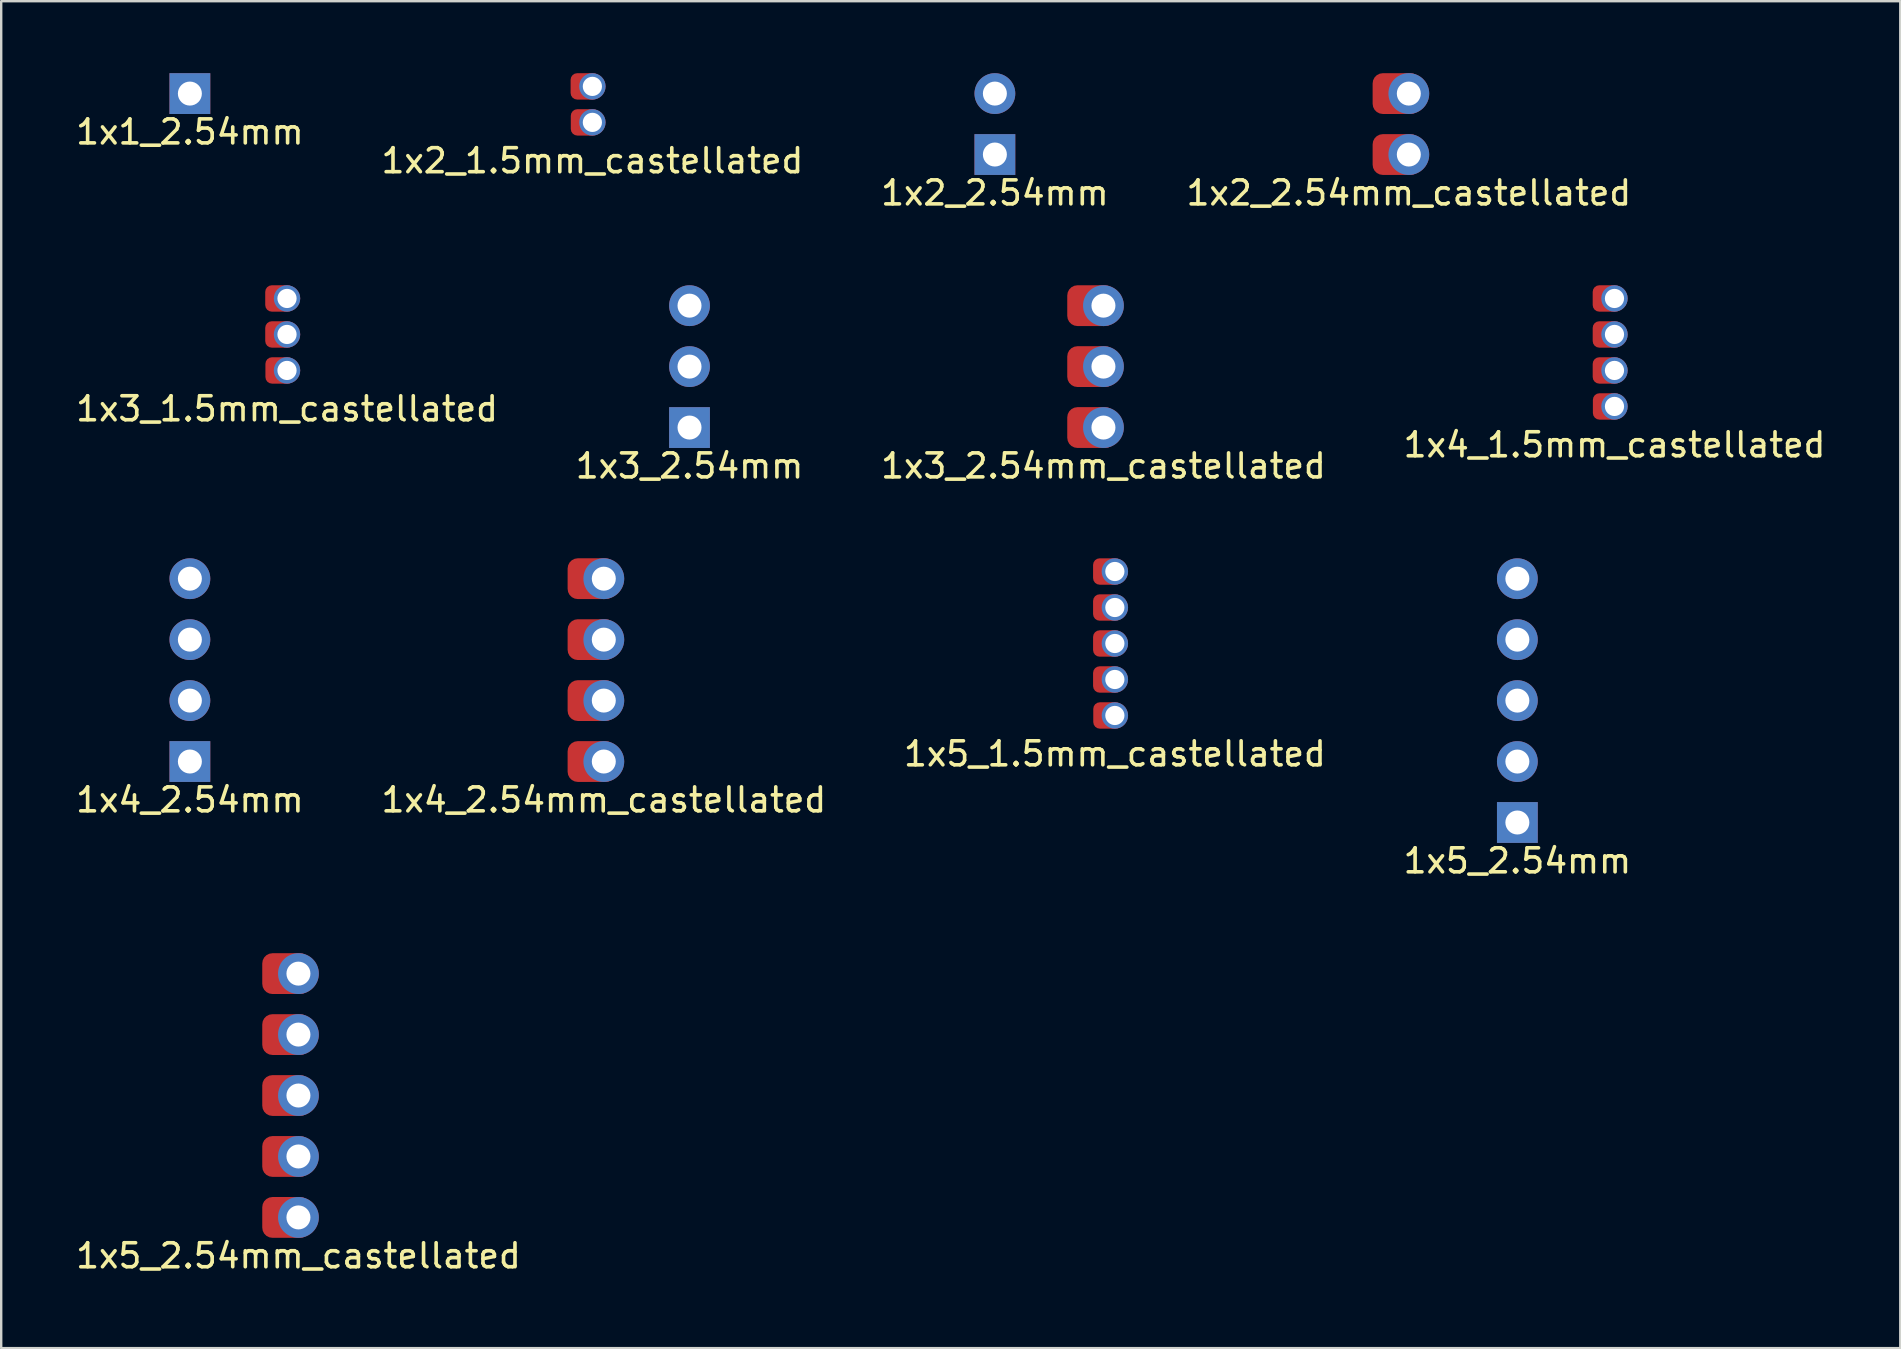
<source format=kicad_pcb>
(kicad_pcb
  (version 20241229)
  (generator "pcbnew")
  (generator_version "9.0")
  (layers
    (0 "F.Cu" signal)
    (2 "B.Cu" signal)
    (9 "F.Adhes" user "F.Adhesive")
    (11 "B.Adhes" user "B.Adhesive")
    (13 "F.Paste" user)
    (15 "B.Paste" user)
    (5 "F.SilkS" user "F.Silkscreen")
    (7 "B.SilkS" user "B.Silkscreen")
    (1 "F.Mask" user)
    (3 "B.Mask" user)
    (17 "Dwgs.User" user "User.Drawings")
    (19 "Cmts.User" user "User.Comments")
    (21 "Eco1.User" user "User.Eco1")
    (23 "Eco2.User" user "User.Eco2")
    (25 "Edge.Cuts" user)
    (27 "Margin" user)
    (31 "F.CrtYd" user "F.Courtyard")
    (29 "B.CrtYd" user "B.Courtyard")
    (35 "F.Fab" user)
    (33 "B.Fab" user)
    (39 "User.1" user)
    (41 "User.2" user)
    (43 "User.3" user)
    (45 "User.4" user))
  (footprint "1x4_2.54mm_castellated"
    (layer "F.Cu")
    (at 22.113 28.686)
    (property "Reference" "1x4_2.54mm_castellated" (at 0 1.6 0) (layer "F.SilkS") (effects (font (size 1 1) (thickness 0.15))))
    (attr through_hole)
    (pad "1" smd roundrect (at -0.508 0) (size 2 1.7) (layers "F.Cu" "F.Mask" "F.Paste") (roundrect_rratio 0.25))
    (pad "1" thru_hole circle (at 0 0) (size 1.7 1.7) (drill 1) (layers "*.Cu" "*.Mask"))
    (pad "2" smd roundrect (at -0.508 -2.54) (size 2 1.7) (layers "F.Cu" "F.Mask" "F.Paste") (roundrect_rratio 0.25))
    (pad "2" thru_hole circle (at 0 -2.54) (size 1.7 1.7) (drill 1) (layers "*.Cu" "*.Mask"))
    (pad "3" smd roundrect (at -0.508 -5.08) (size 2 1.7) (layers "F.Cu" "F.Mask" "F.Paste") (roundrect_rratio 0.25))
    (pad "3" thru_hole circle (at 0 -5.08) (size 1.7 1.7) (drill 1) (layers "*.Cu" "*.Mask"))
    (pad "4" smd roundrect (at -0.508 -7.62) (size 2 1.7) (layers "F.Cu" "F.Mask" "F.Paste") (roundrect_rratio 0.25))
    (pad "4" thru_hole circle (at 0 -7.62) (size 1.7 1.7) (drill 1) (layers "*.Cu" "*.Mask")))
  (footprint "1x2_2.54mm_castellated"
    (layer "F.Cu")
    (at 55.661 3.39)
    (property "Reference" "1x2_2.54mm_castellated" (at 0 1.6 0) (layer "F.SilkS") (effects (font (size 1 1) (thickness 0.15))))
    (attr through_hole)
    (pad "1" smd roundrect (at -0.508 0) (size 2 1.7) (layers "F.Cu" "F.Mask" "F.Paste") (roundrect_rratio 0.25))
    (pad "1" thru_hole circle (at 0 0) (size 1.7 1.7) (drill 1) (layers "*.Cu" "*.Mask"))
    (pad "2" smd roundrect (at -0.508 -2.54) (size 2 1.7) (layers "F.Cu" "F.Mask" "F.Paste") (roundrect_rratio 0.25))
    (pad "2" thru_hole circle (at 0 -2.54) (size 1.7 1.7) (drill 1) (layers "*.Cu" "*.Mask")))
  (footprint "1x4_1.5mm_castellated"
    (layer "F.Cu")
    (at 64.232 13.888)
    (property "Reference" "1x4_1.5mm_castellated" (at 0 1.6 0) (layer "F.SilkS") (effects (font (size 1 1) (thickness 0.15))))
    (attr through_hole)
    (pad "1" smd roundrect (at -0.3 0) (size 1.2 1.1) (layers "F.Cu" "F.Mask") (roundrect_rratio 0.25))
    (pad "1" thru_hole circle (at 0 0) (size 1.1 1.1) (drill 0.8) (layers "*.Cu" "*.Mask"))
    (pad "2" smd roundrect (at -0.308 -1.5) (size 1.2 1.1) (layers "F.Cu" "F.Mask") (roundrect_rratio 0.25))
    (pad "2" thru_hole circle (at 0 -1.5) (size 1.1 1.1) (drill 0.8) (layers "*.Cu" "*.Mask"))
    (pad "3" smd roundrect (at -0.308 -3) (size 1.2 1.1) (layers "F.Cu" "F.Mask") (roundrect_rratio 0.25))
    (pad "3" thru_hole circle (at 0 -3) (size 1.1 1.1) (drill 0.8) (layers "*.Cu" "*.Mask"))
    (pad "4" smd roundrect (at -0.308 -4.5) (size 1.2 1.1) (layers "F.Cu" "F.Mask") (roundrect_rratio 0.25))
    (pad "4" thru_hole circle (at 0 -4.5) (size 1.1 1.1) (drill 0.8) (layers "*.Cu" "*.Mask")))
  (footprint "1x2_1.5mm_castellated"
    (layer "F.Cu")
    (at 21.637 2.05)
    (property "Reference" "1x2_1.5mm_castellated" (at 0 1.6 0) (layer "F.SilkS") (effects (font (size 1 1) (thickness 0.15))))
    (attr through_hole)
    (pad "1" smd roundrect (at -0.3 0) (size 1.2 1.1) (layers "F.Cu" "F.Mask") (roundrect_rratio 0.25))
    (pad "1" thru_hole circle (at 0 0) (size 1.1 1.1) (drill 0.8) (layers "*.Cu" "*.Mask"))
    (pad "2" smd roundrect (at -0.308 -1.5) (size 1.2 1.1) (layers "F.Cu" "F.Mask") (roundrect_rratio 0.25))
    (pad "2" thru_hole circle (at 0 -1.5) (size 1.1 1.1) (drill 0.8) (layers "*.Cu" "*.Mask")))
  (footprint "1x3_2.54mm_castellated"
    (layer "F.Cu")
    (at 42.935 14.768)
    (property "Reference" "1x3_2.54mm_castellated" (at 0 1.6 0) (layer "F.SilkS") (effects (font (size 1 1) (thickness 0.15))))
    (attr through_hole)
    (pad "1" smd roundrect (at -0.508 0) (size 2 1.7) (layers "F.Cu" "F.Mask" "F.Paste") (roundrect_rratio 0.25))
    (pad "1" thru_hole circle (at 0 0) (size 1.7 1.7) (drill 1) (layers "*.Cu" "*.Mask"))
    (pad "2" smd roundrect (at -0.508 -2.54) (size 2 1.7) (layers "F.Cu" "F.Mask" "F.Paste") (roundrect_rratio 0.25))
    (pad "2" thru_hole circle (at 0 -2.54) (size 1.7 1.7) (drill 1) (layers "*.Cu" "*.Mask"))
    (pad "3" smd roundrect (at -0.508 -5.08) (size 2 1.7) (layers "F.Cu" "F.Mask" "F.Paste") (roundrect_rratio 0.25))
    (pad "3" thru_hole circle (at 0 -5.08) (size 1.7 1.7) (drill 1) (layers "*.Cu" "*.Mask")))
  (footprint "1x1_2.54mm"
    (layer "F.Cu")
    (at 4.863 0.85)
    (property "Reference" "1x1_2.54mm" (at 0 1.6 0) (layer "F.SilkS") (effects (font (size 1 1) (thickness 0.15))))
    (attr through_hole)
    (pad "1" thru_hole rect (at 0 0) (size 1.7 1.7) (drill 1) (layers "*.Cu" "*.Mask")))
  (footprint "1x3_1.5mm_castellated"
    (layer "F.Cu")
    (at 8.911 12.388)
    (property "Reference" "1x3_1.5mm_castellated" (at 0 1.6 0) (layer "F.SilkS") (effects (font (size 1 1) (thickness 0.15))))
    (attr through_hole)
    (pad "1" smd roundrect (at -0.3 0) (size 1.2 1.1) (layers "F.Cu" "F.Mask") (roundrect_rratio 0.25))
    (pad "1" thru_hole circle (at 0 0) (size 1.1 1.1) (drill 0.8) (layers "*.Cu" "*.Mask"))
    (pad "2" smd roundrect (at -0.308 -1.5) (size 1.2 1.1) (layers "F.Cu" "F.Mask") (roundrect_rratio 0.25))
    (pad "2" thru_hole circle (at 0 -1.5) (size 1.1 1.1) (drill 0.8) (layers "*.Cu" "*.Mask"))
    (pad "3" smd roundrect (at -0.308 -3) (size 1.2 1.1) (layers "F.Cu" "F.Mask") (roundrect_rratio 0.25))
    (pad "3" thru_hole circle (at 0 -3) (size 1.1 1.1) (drill 0.8) (layers "*.Cu" "*.Mask")))
  (footprint "1x5_2.54mm_castellated"
    (layer "F.Cu")
    (at 9.387 47.685)
    (property "Reference" "1x5_2.54mm_castellated" (at 0 1.6 0) (layer "F.SilkS") (effects (font (size 1 1) (thickness 0.15))))
    (attr through_hole)
    (pad "1" smd roundrect (at -0.508 0) (size 2 1.7) (layers "F.Cu" "F.Mask" "F.Paste") (roundrect_rratio 0.25))
    (pad "1" thru_hole circle (at 0 0) (size 1.7 1.7) (drill 1) (layers "*.Cu" "*.Mask"))
    (pad "2" smd roundrect (at -0.508 -2.54) (size 2 1.7) (layers "F.Cu" "F.Mask" "F.Paste") (roundrect_rratio 0.25))
    (pad "2" thru_hole circle (at 0 -2.54) (size 1.7 1.7) (drill 1) (layers "*.Cu" "*.Mask"))
    (pad "3" smd roundrect (at -0.508 -5.08) (size 2 1.7) (layers "F.Cu" "F.Mask" "F.Paste") (roundrect_rratio 0.25))
    (pad "3" thru_hole circle (at 0 -5.08) (size 1.7 1.7) (drill 1) (layers "*.Cu" "*.Mask"))
    (pad "4" smd roundrect (at -0.508 -7.62) (size 2 1.7) (layers "F.Cu" "F.Mask" "F.Paste") (roundrect_rratio 0.25))
    (pad "4" thru_hole circle (at 0 -7.62) (size 1.7 1.7) (drill 1) (layers "*.Cu" "*.Mask"))
    (pad "5" smd roundrect (at -0.508 -10.16) (size 2 1.7) (layers "F.Cu" "F.Mask" "F.Paste") (roundrect_rratio 0.25))
    (pad "5" thru_hole circle (at 0 -10.16) (size 1.7 1.7) (drill 1) (layers "*.Cu" "*.Mask")))
  (footprint "1x4_2.54mm"
    (layer "F.Cu")
    (at 4.863 28.686)
    (property "Reference" "1x4_2.54mm" (at 0 1.6 0) (layer "F.SilkS") (effects (font (size 1 1) (thickness 0.15))))
    (attr through_hole)
    (pad "1" thru_hole rect (at 0 0) (size 1.7 1.7) (drill 1) (layers "*.Cu" "*.Mask"))
    (pad "2" thru_hole circle (at 0 -2.54) (size 1.7 1.7) (drill 1) (layers "*.Cu" "*.Mask"))
    (pad "3" thru_hole circle (at 0 -5.08) (size 1.7 1.7) (drill 1) (layers "*.Cu" "*.Mask"))
    (pad "4" thru_hole circle (at 0 -7.62) (size 1.7 1.7) (drill 1) (layers "*.Cu" "*.Mask")))
  (footprint "1x5_2.54mm"
    (layer "F.Cu")
    (at 60.185 31.227)
    (property "Reference" "1x5_2.54mm" (at 0 1.6 0) (layer "F.SilkS") (effects (font (size 1 1) (thickness 0.15))))
    (attr through_hole)
    (pad "1" thru_hole rect (at 0 0) (size 1.7 1.7) (drill 1) (layers "*.Cu" "*.Mask"))
    (pad "2" thru_hole circle (at 0 -2.54) (size 1.7 1.7) (drill 1) (layers "*.Cu" "*.Mask"))
    (pad "3" thru_hole circle (at 0 -5.08) (size 1.7 1.7) (drill 1) (layers "*.Cu" "*.Mask"))
    (pad "4" thru_hole circle (at 0 -7.62) (size 1.7 1.7) (drill 1) (layers "*.Cu" "*.Mask"))
    (pad "5" thru_hole circle (at 0 -10.16) (size 1.7 1.7) (drill 1) (layers "*.Cu" "*.Mask")))
  (footprint "1x2_2.54mm"
    (layer "F.Cu")
    (at 38.411 3.39)
    (property "Reference" "1x2_2.54mm" (at 0 1.6 0) (layer "F.SilkS") (effects (font (size 1 1) (thickness 0.15))))
    (attr through_hole)
    (pad "1" thru_hole rect (at 0 0) (size 1.7 1.7) (drill 1) (layers "*.Cu" "*.Mask"))
    (pad "2" thru_hole circle (at 0 -2.54) (size 1.7 1.7) (drill 1) (layers "*.Cu" "*.Mask")))
  (footprint "1x3_2.54mm"
    (layer "F.Cu")
    (at 25.685 14.768)
    (property "Reference" "1x3_2.54mm" (at 0 1.6 0) (layer "F.SilkS") (effects (font (size 1 1) (thickness 0.15))))
    (attr through_hole)
    (pad "1" thru_hole rect (at 0 0) (size 1.7 1.7) (drill 1) (layers "*.Cu" "*.Mask"))
    (pad "2" thru_hole circle (at 0 -2.54) (size 1.7 1.7) (drill 1) (layers "*.Cu" "*.Mask"))
    (pad "3" thru_hole circle (at 0 -5.08) (size 1.7 1.7) (drill 1) (layers "*.Cu" "*.Mask")))
  (footprint "1x5_1.5mm_castellated"
    (layer "F.Cu")
    (at 43.411 26.767)
    (property "Reference" "1x5_1.5mm_castellated" (at 0 1.6 0) (layer "F.SilkS") (effects (font (size 1 1) (thickness 0.15))))
    (attr through_hole)
    (pad "1" smd roundrect (at -0.3 0) (size 1.2 1.1) (layers "F.Cu" "F.Mask") (roundrect_rratio 0.25))
    (pad "1" thru_hole circle (at 0 0) (size 1.1 1.1) (drill 0.8) (layers "*.Cu" "*.Mask"))
    (pad "2" smd roundrect (at -0.308 -1.5) (size 1.2 1.1) (layers "F.Cu" "F.Mask") (roundrect_rratio 0.25))
    (pad "2" thru_hole circle (at 0 -1.5) (size 1.1 1.1) (drill 0.8) (layers "*.Cu" "*.Mask"))
    (pad "3" smd roundrect (at -0.308 -3) (size 1.2 1.1) (layers "F.Cu" "F.Mask") (roundrect_rratio 0.25))
    (pad "3" thru_hole circle (at 0 -3) (size 1.1 1.1) (drill 0.8) (layers "*.Cu" "*.Mask"))
    (pad "4" smd roundrect (at -0.308 -4.5) (size 1.2 1.1) (layers "F.Cu" "F.Mask") (roundrect_rratio 0.25))
    (pad "4" thru_hole circle (at 0 -4.5) (size 1.1 1.1) (drill 0.8) (layers "*.Cu" "*.Mask"))
    (pad "5" smd roundrect (at -0.308 -6) (size 1.2 1.1) (layers "F.Cu" "F.Mask") (roundrect_rratio 0.25))
    (pad "5" thru_hole circle (at 0 -6) (size 1.1 1.1) (drill 0.8) (layers "*.Cu" "*.Mask")))
  (gr_rect
    (start -3 -3)
    (end 76.143 53.133)
    (stroke (width 0.1) (type default))
    (fill no)
    (layer "Edge.Cuts")))
</source>
